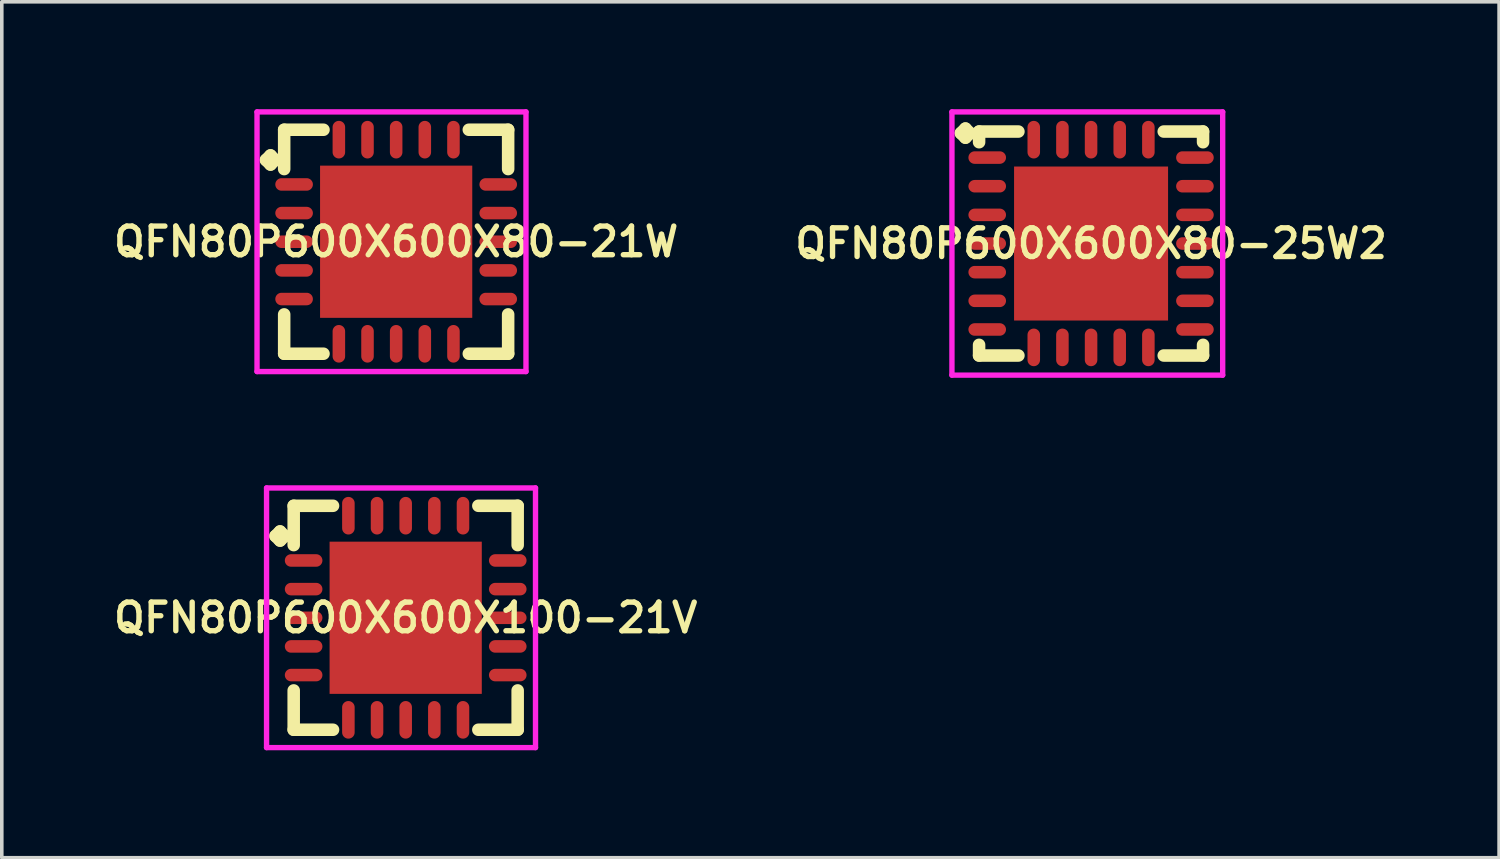
<source format=kicad_pcb>
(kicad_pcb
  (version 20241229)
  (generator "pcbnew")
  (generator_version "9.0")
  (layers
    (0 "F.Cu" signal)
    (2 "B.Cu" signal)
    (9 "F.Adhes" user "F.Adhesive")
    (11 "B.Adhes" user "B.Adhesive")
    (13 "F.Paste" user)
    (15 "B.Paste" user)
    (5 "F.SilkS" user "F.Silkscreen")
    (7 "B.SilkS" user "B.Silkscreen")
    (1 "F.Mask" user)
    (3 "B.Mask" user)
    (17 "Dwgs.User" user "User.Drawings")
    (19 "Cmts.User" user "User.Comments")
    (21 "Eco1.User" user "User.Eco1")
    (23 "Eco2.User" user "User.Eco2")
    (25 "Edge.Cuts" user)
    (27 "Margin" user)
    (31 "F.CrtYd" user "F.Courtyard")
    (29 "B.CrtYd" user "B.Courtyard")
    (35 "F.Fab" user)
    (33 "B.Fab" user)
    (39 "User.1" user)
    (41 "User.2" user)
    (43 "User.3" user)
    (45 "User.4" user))
  (footprint "QFN80P600X600X80-25W2"
    (layer "F.Cu")
    (at 27.416 3.75)
    (property "Reference" "QFN80P600X600X80-25W2" (at 0 0 0) (layer "F.SilkS") (effects (font (size 0.8 0.8) (thickness 0.15))))
    (attr smd)
    (fp_line (start -3.635 -3.083) (end -3.508 -3.21) (stroke (width 0.35) (type solid)) (layer "F.SilkS"))
    (fp_line (start -3.508 -3.21) (end -3.381 -3.083) (stroke (width 0.35) (type solid)) (layer "F.SilkS"))
    (fp_line (start -3.508 -2.956) (end -3.635 -3.083) (stroke (width 0.35) (type solid)) (layer "F.SilkS"))
    (fp_line (start -3.381 -3.083) (end -3.508 -2.956) (stroke (width 0.35) (type solid)) (layer "F.SilkS"))
    (fp_line (start -3.127 -3.127) (end -2.029 -3.127) (stroke (width 0.35) (type solid)) (layer "F.SilkS"))
    (fp_line (start -3.127 -2.829) (end -3.127 -3.127) (stroke (width 0.35) (type solid)) (layer "F.SilkS"))
    (fp_line (start -3.127 2.829) (end -3.127 3.127) (stroke (width 0.35) (type solid)) (layer "F.SilkS"))
    (fp_line (start -3.127 3.127) (end -2.029 3.127) (stroke (width 0.35) (type solid)) (layer "F.SilkS"))
    (fp_line (start 2.029 -3.127) (end 3.127 -3.127) (stroke (width 0.35) (type solid)) (layer "F.SilkS"))
    (fp_line (start 2.029 3.127) (end 3.127 3.127) (stroke (width 0.35) (type solid)) (layer "F.SilkS"))
    (fp_line (start 3.127 -3.127) (end 3.127 -2.829) (stroke (width 0.35) (type solid)) (layer "F.SilkS"))
    (fp_line (start 3.127 3.127) (end 3.127 2.829) (stroke (width 0.35) (type solid)) (layer "F.SilkS"))
    (fp_line (start -3.885 -3.675) (end 3.675 -3.675) (stroke (width 0.15) (type solid)) (layer "F.CrtYd"))
    (fp_line (start -3.885 3.675) (end -3.885 -3.675) (stroke (width 0.15) (type solid)) (layer "F.CrtYd"))
    (fp_line (start 3.675 -3.675) (end 3.675 3.675) (stroke (width 0.15) (type solid)) (layer "F.CrtYd"))
    (fp_line (start 3.675 3.675) (end -3.885 3.675) (stroke (width 0.15) (type solid)) (layer "F.CrtYd"))
    (pad "1" smd oval (at -2.9 -2.4) (size 1.05 0.35) (layers "F.Cu" "F.Mask" "F.Paste"))
    (pad "2" smd oval (at -2.9 -1.6) (size 1.05 0.35) (layers "F.Cu" "F.Mask" "F.Paste"))
    (pad "3" smd oval (at -2.9 -0.8) (size 1.05 0.35) (layers "F.Cu" "F.Mask" "F.Paste"))
    (pad "4" smd oval (at -2.9 0) (size 1.05 0.35) (layers "F.Cu" "F.Mask" "F.Paste"))
    (pad "5" smd oval (at -2.9 0.8) (size 1.05 0.35) (layers "F.Cu" "F.Mask" "F.Paste"))
    (pad "6" smd oval (at -2.9 1.6) (size 1.05 0.35) (layers "F.Cu" "F.Mask" "F.Paste"))
    (pad "7" smd oval (at -2.9 2.4) (size 1.05 0.35) (layers "F.Cu" "F.Mask" "F.Paste"))
    (pad "8" smd oval (at -1.6 2.9) (size 0.35 1.05) (layers "F.Cu" "F.Mask" "F.Paste"))
    (pad "9" smd oval (at -0.8 2.9) (size 0.35 1.05) (layers "F.Cu" "F.Mask" "F.Paste"))
    (pad "10" smd oval (at 0 2.9) (size 0.35 1.05) (layers "F.Cu" "F.Mask" "F.Paste"))
    (pad "11" smd oval (at 0.8 2.9) (size 0.35 1.05) (layers "F.Cu" "F.Mask" "F.Paste"))
    (pad "12" smd oval (at 1.6 2.9) (size 0.35 1.05) (layers "F.Cu" "F.Mask" "F.Paste"))
    (pad "13" smd oval (at 2.9 2.4) (size 1.05 0.35) (layers "F.Cu" "F.Mask" "F.Paste"))
    (pad "14" smd oval (at 2.9 1.6) (size 1.05 0.35) (layers "F.Cu" "F.Mask" "F.Paste"))
    (pad "15" smd oval (at 2.9 0.8) (size 1.05 0.35) (layers "F.Cu" "F.Mask" "F.Paste"))
    (pad "16" smd oval (at 2.9 0) (size 1.05 0.35) (layers "F.Cu" "F.Mask" "F.Paste"))
    (pad "17" smd oval (at 2.9 -0.8) (size 1.05 0.35) (layers "F.Cu" "F.Mask" "F.Paste"))
    (pad "18" smd oval (at 2.9 -1.6) (size 1.05 0.35) (layers "F.Cu" "F.Mask" "F.Paste"))
    (pad "19" smd oval (at 2.9 -2.4) (size 1.05 0.35) (layers "F.Cu" "F.Mask" "F.Paste"))
    (pad "20" smd oval (at 1.6 -2.9) (size 0.35 1.05) (layers "F.Cu" "F.Mask" "F.Paste"))
    (pad "21" smd oval (at 0.8 -2.9) (size 0.35 1.05) (layers "F.Cu" "F.Mask" "F.Paste"))
    (pad "22" smd oval (at 0 -2.9) (size 0.35 1.05) (layers "F.Cu" "F.Mask" "F.Paste"))
    (pad "23" smd oval (at -0.8 -2.9) (size 0.35 1.05) (layers "F.Cu" "F.Mask" "F.Paste"))
    (pad "24" smd oval (at -1.6 -2.9) (size 0.35 1.05) (layers "F.Cu" "F.Mask" "F.Paste"))
    (pad "25" smd rect (at 0 0) (size 4.3 4.3) (layers "F.Cu" "F.Mask" "F.Paste")))
  (footprint "QFN80P600X600X100-21V"
    (layer "F.Cu")
    (at 8.278 14.2)
    (property "Reference" "QFN80P600X600X100-21V" (at 0 0 0) (layer "F.SilkS") (effects (font (size 0.8 0.8) (thickness 0.15))))
    (attr smd)
    (fp_line (start -3.635 -2.283) (end -3.508 -2.41) (stroke (width 0.35) (type solid)) (layer "F.SilkS"))
    (fp_line (start -3.508 -2.41) (end -3.381 -2.283) (stroke (width 0.35) (type solid)) (layer "F.SilkS"))
    (fp_line (start -3.508 -2.156) (end -3.635 -2.283) (stroke (width 0.35) (type solid)) (layer "F.SilkS"))
    (fp_line (start -3.381 -2.283) (end -3.508 -2.156) (stroke (width 0.35) (type solid)) (layer "F.SilkS"))
    (fp_line (start -3.127 -3.127) (end -2.029 -3.127) (stroke (width 0.35) (type solid)) (layer "F.SilkS"))
    (fp_line (start -3.127 -2.029) (end -3.127 -3.127) (stroke (width 0.35) (type solid)) (layer "F.SilkS"))
    (fp_line (start -3.127 2.029) (end -3.127 3.127) (stroke (width 0.35) (type solid)) (layer "F.SilkS"))
    (fp_line (start -3.127 3.127) (end -2.029 3.127) (stroke (width 0.35) (type solid)) (layer "F.SilkS"))
    (fp_line (start 2.029 -3.127) (end 3.127 -3.127) (stroke (width 0.35) (type solid)) (layer "F.SilkS"))
    (fp_line (start 2.029 3.127) (end 3.127 3.127) (stroke (width 0.35) (type solid)) (layer "F.SilkS"))
    (fp_line (start 3.127 -3.127) (end 3.127 -2.029) (stroke (width 0.35) (type solid)) (layer "F.SilkS"))
    (fp_line (start 3.127 3.127) (end 3.127 2.029) (stroke (width 0.35) (type solid)) (layer "F.SilkS"))
    (fp_line (start -3.885 -3.625) (end 3.625 -3.625) (stroke (width 0.15) (type solid)) (layer "F.CrtYd"))
    (fp_line (start -3.885 3.625) (end -3.885 -3.625) (stroke (width 0.15) (type solid)) (layer "F.CrtYd"))
    (fp_line (start 3.625 -3.625) (end 3.625 3.625) (stroke (width 0.15) (type solid)) (layer "F.CrtYd"))
    (fp_line (start 3.625 3.625) (end -3.885 3.625) (stroke (width 0.15) (type solid)) (layer "F.CrtYd"))
    (pad "1" smd oval (at -2.85 -1.6) (size 1.05 0.35) (layers "F.Cu" "F.Mask" "F.Paste"))
    (pad "2" smd oval (at -2.85 -0.8) (size 1.05 0.35) (layers "F.Cu" "F.Mask" "F.Paste"))
    (pad "3" smd oval (at -2.85 0) (size 1.05 0.35) (layers "F.Cu" "F.Mask" "F.Paste"))
    (pad "4" smd oval (at -2.85 0.8) (size 1.05 0.35) (layers "F.Cu" "F.Mask" "F.Paste"))
    (pad "5" smd oval (at -2.85 1.6) (size 1.05 0.35) (layers "F.Cu" "F.Mask" "F.Paste"))
    (pad "6" smd oval (at -1.6 2.85) (size 0.35 1.05) (layers "F.Cu" "F.Mask" "F.Paste"))
    (pad "7" smd oval (at -0.8 2.85) (size 0.35 1.05) (layers "F.Cu" "F.Mask" "F.Paste"))
    (pad "8" smd oval (at 0 2.85) (size 0.35 1.05) (layers "F.Cu" "F.Mask" "F.Paste"))
    (pad "9" smd oval (at 0.8 2.85) (size 0.35 1.05) (layers "F.Cu" "F.Mask" "F.Paste"))
    (pad "10" smd oval (at 1.6 2.85) (size 0.35 1.05) (layers "F.Cu" "F.Mask" "F.Paste"))
    (pad "11" smd oval (at 2.85 1.6) (size 1.05 0.35) (layers "F.Cu" "F.Mask" "F.Paste"))
    (pad "12" smd oval (at 2.85 0.8) (size 1.05 0.35) (layers "F.Cu" "F.Mask" "F.Paste"))
    (pad "13" smd oval (at 2.85 0) (size 1.05 0.35) (layers "F.Cu" "F.Mask" "F.Paste"))
    (pad "14" smd oval (at 2.85 -0.8) (size 1.05 0.35) (layers "F.Cu" "F.Mask" "F.Paste"))
    (pad "15" smd oval (at 2.85 -1.6) (size 1.05 0.35) (layers "F.Cu" "F.Mask" "F.Paste"))
    (pad "16" smd oval (at 1.6 -2.85) (size 0.35 1.05) (layers "F.Cu" "F.Mask" "F.Paste"))
    (pad "17" smd oval (at 0.8 -2.85) (size 0.35 1.05) (layers "F.Cu" "F.Mask" "F.Paste"))
    (pad "18" smd oval (at 0 -2.85) (size 0.35 1.05) (layers "F.Cu" "F.Mask" "F.Paste"))
    (pad "19" smd oval (at -0.8 -2.85) (size 0.35 1.05) (layers "F.Cu" "F.Mask" "F.Paste"))
    (pad "20" smd oval (at -1.6 -2.85) (size 0.35 1.05) (layers "F.Cu" "F.Mask" "F.Paste"))
    (pad "21" smd rect (at 0 0) (size 4.25 4.25) (layers "F.Cu" "F.Mask" "F.Paste")))
  (footprint "QFN80P600X600X80-21W"
    (layer "F.Cu")
    (at 8.012 3.7)
    (property "Reference" "QFN80P600X600X80-21W" (at 0 0 0) (layer "F.SilkS") (effects (font (size 0.8 0.8) (thickness 0.15))))
    (attr smd)
    (fp_line (start -3.635 -2.283) (end -3.508 -2.41) (stroke (width 0.35) (type solid)) (layer "F.SilkS"))
    (fp_line (start -3.508 -2.41) (end -3.381 -2.283) (stroke (width 0.35) (type solid)) (layer "F.SilkS"))
    (fp_line (start -3.508 -2.156) (end -3.635 -2.283) (stroke (width 0.35) (type solid)) (layer "F.SilkS"))
    (fp_line (start -3.381 -2.283) (end -3.508 -2.156) (stroke (width 0.35) (type solid)) (layer "F.SilkS"))
    (fp_line (start -3.127 -3.127) (end -2.029 -3.127) (stroke (width 0.35) (type solid)) (layer "F.SilkS"))
    (fp_line (start -3.127 -2.029) (end -3.127 -3.127) (stroke (width 0.35) (type solid)) (layer "F.SilkS"))
    (fp_line (start -3.127 2.029) (end -3.127 3.127) (stroke (width 0.35) (type solid)) (layer "F.SilkS"))
    (fp_line (start -3.127 3.127) (end -2.029 3.127) (stroke (width 0.35) (type solid)) (layer "F.SilkS"))
    (fp_line (start 2.029 -3.127) (end 3.127 -3.127) (stroke (width 0.35) (type solid)) (layer "F.SilkS"))
    (fp_line (start 2.029 3.127) (end 3.127 3.127) (stroke (width 0.35) (type solid)) (layer "F.SilkS"))
    (fp_line (start 3.127 -3.127) (end 3.127 -2.029) (stroke (width 0.35) (type solid)) (layer "F.SilkS"))
    (fp_line (start 3.127 3.127) (end 3.127 2.029) (stroke (width 0.35) (type solid)) (layer "F.SilkS"))
    (fp_line (start -3.885 -3.625) (end 3.625 -3.625) (stroke (width 0.15) (type solid)) (layer "F.CrtYd"))
    (fp_line (start -3.885 3.625) (end -3.885 -3.625) (stroke (width 0.15) (type solid)) (layer "F.CrtYd"))
    (fp_line (start 3.625 -3.625) (end 3.625 3.625) (stroke (width 0.15) (type solid)) (layer "F.CrtYd"))
    (fp_line (start 3.625 3.625) (end -3.885 3.625) (stroke (width 0.15) (type solid)) (layer "F.CrtYd"))
    (pad "1" smd oval (at -2.85 -1.6) (size 1.05 0.35) (layers "F.Cu" "F.Mask" "F.Paste"))
    (pad "2" smd oval (at -2.85 -0.8) (size 1.05 0.35) (layers "F.Cu" "F.Mask" "F.Paste"))
    (pad "3" smd oval (at -2.85 0) (size 1.05 0.35) (layers "F.Cu" "F.Mask" "F.Paste"))
    (pad "4" smd oval (at -2.85 0.8) (size 1.05 0.35) (layers "F.Cu" "F.Mask" "F.Paste"))
    (pad "5" smd oval (at -2.85 1.6) (size 1.05 0.35) (layers "F.Cu" "F.Mask" "F.Paste"))
    (pad "6" smd oval (at -1.6 2.85) (size 0.35 1.05) (layers "F.Cu" "F.Mask" "F.Paste"))
    (pad "7" smd oval (at -0.8 2.85) (size 0.35 1.05) (layers "F.Cu" "F.Mask" "F.Paste"))
    (pad "8" smd oval (at 0 2.85) (size 0.35 1.05) (layers "F.Cu" "F.Mask" "F.Paste"))
    (pad "9" smd oval (at 0.8 2.85) (size 0.35 1.05) (layers "F.Cu" "F.Mask" "F.Paste"))
    (pad "10" smd oval (at 1.6 2.85) (size 0.35 1.05) (layers "F.Cu" "F.Mask" "F.Paste"))
    (pad "11" smd oval (at 2.85 1.6) (size 1.05 0.35) (layers "F.Cu" "F.Mask" "F.Paste"))
    (pad "12" smd oval (at 2.85 0.8) (size 1.05 0.35) (layers "F.Cu" "F.Mask" "F.Paste"))
    (pad "13" smd oval (at 2.85 0) (size 1.05 0.35) (layers "F.Cu" "F.Mask" "F.Paste"))
    (pad "14" smd oval (at 2.85 -0.8) (size 1.05 0.35) (layers "F.Cu" "F.Mask" "F.Paste"))
    (pad "15" smd oval (at 2.85 -1.6) (size 1.05 0.35) (layers "F.Cu" "F.Mask" "F.Paste"))
    (pad "16" smd oval (at 1.6 -2.85) (size 0.35 1.05) (layers "F.Cu" "F.Mask" "F.Paste"))
    (pad "17" smd oval (at 0.8 -2.85) (size 0.35 1.05) (layers "F.Cu" "F.Mask" "F.Paste"))
    (pad "18" smd oval (at 0 -2.85) (size 0.35 1.05) (layers "F.Cu" "F.Mask" "F.Paste"))
    (pad "19" smd oval (at -0.8 -2.85) (size 0.35 1.05) (layers "F.Cu" "F.Mask" "F.Paste"))
    (pad "20" smd oval (at -1.6 -2.85) (size 0.35 1.05) (layers "F.Cu" "F.Mask" "F.Paste"))
    (pad "21" smd rect (at 0 0) (size 4.25 4.25) (layers "F.Cu" "F.Mask" "F.Paste")))
  (gr_rect
    (start -3 -3)
    (end 38.809 20.9)
    (stroke (width 0.1) (type default))
    (fill no)
    (layer "Edge.Cuts")))
</source>
